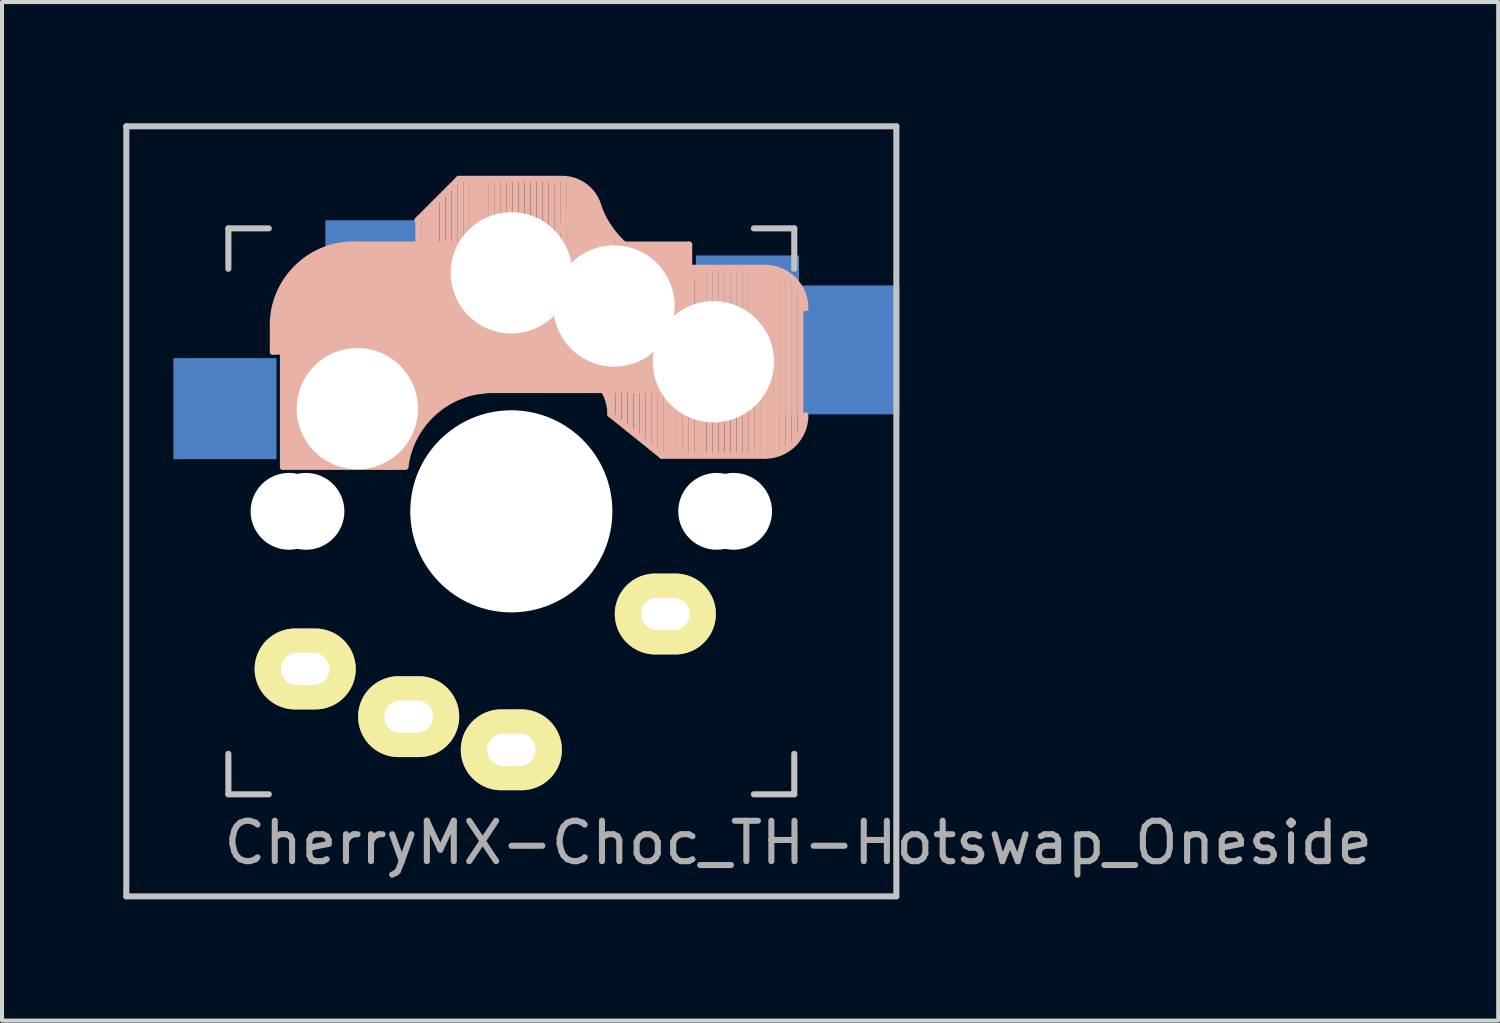
<source format=kicad_pcb>
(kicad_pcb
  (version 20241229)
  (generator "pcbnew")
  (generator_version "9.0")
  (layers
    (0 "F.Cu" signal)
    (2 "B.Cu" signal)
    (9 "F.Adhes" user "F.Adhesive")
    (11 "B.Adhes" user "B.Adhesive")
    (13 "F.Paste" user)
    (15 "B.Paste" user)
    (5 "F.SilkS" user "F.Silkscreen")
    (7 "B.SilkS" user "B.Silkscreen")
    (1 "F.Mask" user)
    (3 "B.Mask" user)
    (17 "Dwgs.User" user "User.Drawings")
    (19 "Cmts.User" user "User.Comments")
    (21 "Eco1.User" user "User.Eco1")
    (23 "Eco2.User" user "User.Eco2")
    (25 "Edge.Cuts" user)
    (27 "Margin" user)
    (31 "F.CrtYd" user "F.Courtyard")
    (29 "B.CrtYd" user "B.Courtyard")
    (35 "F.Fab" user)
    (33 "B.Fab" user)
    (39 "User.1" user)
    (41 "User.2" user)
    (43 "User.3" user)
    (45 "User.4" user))
  (footprint "CherryMX-Choc_TH-Hotswap_Oneside"
    (layer "F.Cu")
    (at 9.6 9.6)
    (property "Reference" "CherryMX-Choc_TH-Hotswap_Oneside" (at 7.1 8.2 0) (layer "F.Fab") (effects (font (size 1 1) (thickness 0.15))))
    (attr through_hole)
    (fp_line (start -5.9 -4.7) (end -5.9 -3.95) (stroke (width 0.15) (type solid)) (layer "B.SilkS"))
    (fp_line (start -5.9 -3.95) (end -5.7 -3.95) (stroke (width 0.15) (type solid)) (layer "B.SilkS"))
    (fp_line (start -5.8 -4.05) (end -5.8 -4.7) (stroke (width 0.3) (type solid)) (layer "B.SilkS"))
    (fp_line (start -5.65 -5.55) (end -5.65 -1.1) (stroke (width 0.15) (type solid)) (layer "B.SilkS"))
    (fp_line (start -5.65 -1.1) (end -2.62 -1.1) (stroke (width 0.15) (type solid)) (layer "B.SilkS"))
    (fp_line (start -5.45 -1.3) (end -3 -1.3) (stroke (width 0.5) (type solid)) (layer "B.SilkS"))
    (fp_line (start -5.3 -1.6) (end -5.3 -3.4) (stroke (width 0.8) (type solid)) (layer "B.SilkS"))
    (fp_line (start -4.17 -5.1) (end -4.17 -2.86) (stroke (width 3) (type solid)) (layer "B.SilkS"))
    (fp_line (start -2.3 -4.575) (end -2.3 -7.225) (stroke (width 0.15) (type solid)) (layer "B.SilkS"))
    (fp_line (start -2.15 -7.35) (end -2.15 -4.45) (stroke (width 0.15) (type solid)) (layer "B.SilkS"))
    (fp_line (start -2.05 -7.45) (end -2.05 -4.35) (stroke (width 0.15) (type solid)) (layer "B.SilkS"))
    (fp_line (start -1.95 -7.55) (end -1.95 -4.25) (stroke (width 0.15) (type solid)) (layer "B.SilkS"))
    (fp_line (start -1.85 -7.65) (end -1.85 -4.15) (stroke (width 0.15) (type solid)) (layer "B.SilkS"))
    (fp_line (start -1.7 -7.8) (end -1.7 -4) (stroke (width 0.15) (type solid)) (layer "B.SilkS"))
    (fp_line (start -1.55 -7.95) (end -1.55 -3.85) (stroke (width 0.15) (type solid)) (layer "B.SilkS"))
    (fp_line (start -1.4 -8.1) (end -1.4 -3.7) (stroke (width 0.15) (type solid)) (layer "B.SilkS"))
    (fp_line (start -1.3 -8.225) (end -2.325 -7.2) (stroke (width 0.15) (type solid)) (layer "B.SilkS"))
    (fp_line (start -1.3 -8.225) (end 1.3 -8.225) (stroke (width 0.15) (type solid)) (layer "B.SilkS"))
    (fp_line (start -1.3 -3.575) (end -2.325 -4.6) (stroke (width 0.15) (type solid)) (layer "B.SilkS"))
    (fp_line (start -1.3 -3.575) (end 1.275 -3.575) (stroke (width 0.15) (type solid)) (layer "B.SilkS"))
    (fp_line (start -1.25 -8.2) (end -1.25 -3.6) (stroke (width 0.15) (type solid)) (layer "B.SilkS"))
    (fp_line (start -1.1 -8.2) (end -1.1 -3.6) (stroke (width 0.15) (type solid)) (layer "B.SilkS"))
    (fp_line (start -0.95 -8.2) (end -0.95 -3.6) (stroke (width 0.15) (type solid)) (layer "B.SilkS"))
    (fp_line (start -0.9 -8.1) (end -0.9 -3.65) (stroke (width 0.12) (type solid)) (layer "B.SilkS"))
    (fp_line (start -0.9 -3.65) (end 1.8 -7.95) (stroke (width 0.12) (type solid)) (layer "B.SilkS"))
    (fp_line (start -0.8 -8.2) (end -0.8 -3.6) (stroke (width 0.15) (type solid)) (layer "B.SilkS"))
    (fp_line (start -0.65 -8.2) (end -0.65 -3.6) (stroke (width 0.15) (type solid)) (layer "B.SilkS"))
    (fp_line (start -0.5 -8.2) (end -0.5 -3.6) (stroke (width 0.15) (type solid)) (layer "B.SilkS"))
    (fp_line (start -0.4 -3) (end 4.4 -3) (stroke (width 0.15) (type solid)) (layer "B.SilkS"))
    (fp_line (start -0.35 -8.2) (end -0.35 -3.6) (stroke (width 0.15) (type solid)) (layer "B.SilkS"))
    (fp_line (start -0.2 -8.2) (end -0.2 -3.6) (stroke (width 0.15) (type solid)) (layer "B.SilkS"))
    (fp_line (start -0.05 -8.2) (end -0.05 -3.6) (stroke (width 0.15) (type solid)) (layer "B.SilkS"))
    (fp_line (start 0.1 -8.2) (end 0.1 -3.6) (stroke (width 0.15) (type solid)) (layer "B.SilkS"))
    (fp_line (start 0.25 -8.2) (end 0.25 -3.6) (stroke (width 0.15) (type solid)) (layer "B.SilkS"))
    (fp_line (start 0.4 -8.2) (end 0.4 -3.6) (stroke (width 0.15) (type solid)) (layer "B.SilkS"))
    (fp_line (start 0.55 -8.2) (end 0.55 -3.6) (stroke (width 0.15) (type solid)) (layer "B.SilkS"))
    (fp_line (start 0.7 -8.2) (end 0.7 -3.6) (stroke (width 0.15) (type solid)) (layer "B.SilkS"))
    (fp_line (start 0.85 -8.2) (end 0.85 -3.6) (stroke (width 0.15) (type solid)) (layer "B.SilkS"))
    (fp_line (start 1 -8.2) (end 1 -3.6) (stroke (width 0.15) (type solid)) (layer "B.SilkS"))
    (fp_line (start 1.15 -8.2) (end 1.15 -3.65) (stroke (width 0.15) (type solid)) (layer "B.SilkS"))
    (fp_line (start 1.3 -8.2) (end 1.3 -3.6) (stroke (width 0.15) (type solid)) (layer "B.SilkS"))
    (fp_line (start 1.45 -8.2) (end 1.45 -3.6) (stroke (width 0.15) (type solid)) (layer "B.SilkS"))
    (fp_line (start 1.6 -8.15) (end 1.6 -3.6) (stroke (width 0.15) (type solid)) (layer "B.SilkS"))
    (fp_line (start 1.75 -8.05) (end 1.75 -3.5) (stroke (width 0.15) (type solid)) (layer "B.SilkS"))
    (fp_line (start 1.8 -7.95) (end 1.8 -3.6) (stroke (width 0.12) (type solid)) (layer "B.SilkS"))
    (fp_line (start 1.8 -3.6) (end 4.65 -5.9) (stroke (width 0.12) (type solid)) (layer "B.SilkS"))
    (fp_line (start 1.9 -7.95) (end 1.9 -3.45) (stroke (width 0.15) (type solid)) (layer "B.SilkS"))
    (fp_line (start 2 -7.8) (end 2 -3.4) (stroke (width 0.15) (type solid)) (layer "B.SilkS"))
    (fp_line (start 2.1 -7.55) (end 2.1 -3.35) (stroke (width 0.15) (type solid)) (layer "B.SilkS"))
    (fp_line (start 2.2 -7.4) (end 2.2 -3.25) (stroke (width 0.15) (type solid)) (layer "B.SilkS"))
    (fp_line (start 2.3 -7.2) (end 2.3 -3.05) (stroke (width 0.15) (type solid)) (layer "B.SilkS"))
    (fp_line (start 2.4 -7.05) (end 2.4 -2.9) (stroke (width 0.15) (type solid)) (layer "B.SilkS"))
    (fp_line (start 2.5 -6.85) (end 2.5 -2.4) (stroke (width 0.15) (type solid)) (layer "B.SilkS"))
    (fp_line (start 2.6 -4.8) (end -4.1 -4.8) (stroke (width 3.5) (type solid)) (layer "B.SilkS"))
    (fp_line (start 2.65 -6.7) (end 2.65 -2.25) (stroke (width 0.15) (type solid)) (layer "B.SilkS"))
    (fp_line (start 2.8 -6.55) (end 2.8 -2.15) (stroke (width 0.15) (type solid)) (layer "B.SilkS"))
    (fp_line (start 2.95 -6.45) (end 2.95 -2.05) (stroke (width 0.15) (type solid)) (layer "B.SilkS"))
    (fp_line (start 3.1 -6.35) (end 3.1 -1.9) (stroke (width 0.15) (type solid)) (layer "B.SilkS"))
    (fp_line (start 3.25 -6.25) (end 3.25 -1.8) (stroke (width 0.15) (type solid)) (layer "B.SilkS"))
    (fp_line (start 3.4 -6.2) (end 3.4 -1.65) (stroke (width 0.15) (type solid)) (layer "B.SilkS"))
    (fp_line (start 3.55 -6.1) (end 3.55 -1.55) (stroke (width 0.15) (type solid)) (layer "B.SilkS"))
    (fp_line (start 3.7 -6.05) (end 3.7 -1.45) (stroke (width 0.15) (type solid)) (layer "B.SilkS"))
    (fp_line (start 3.725 -1.375) (end 2.45 -2.4) (stroke (width 0.15) (type solid)) (layer "B.SilkS"))
    (fp_line (start 3.725 -1.375) (end 6.275 -1.375) (stroke (width 0.15) (type solid)) (layer "B.SilkS"))
    (fp_line (start 3.85 -6.05) (end 3.85 -1.4) (stroke (width 0.15) (type solid)) (layer "B.SilkS"))
    (fp_line (start 3.9 -6) (end 3.9 -3.5) (stroke (width 1) (type solid)) (layer "B.SilkS"))
    (fp_line (start 4 -6.05) (end 4 -1.4) (stroke (width 0.15) (type solid)) (layer "B.SilkS"))
    (fp_line (start 4.15 -6) (end 4.15 -1.45) (stroke (width 0.15) (type solid)) (layer "B.SilkS"))
    (fp_line (start 4.2 -3.25) (end 2.9 -3.3) (stroke (width 0.5) (type solid)) (layer "B.SilkS"))
    (fp_line (start 4.25 -6.4) (end 3 -6.4) (stroke (width 0.4) (type solid)) (layer "B.SilkS"))
    (fp_line (start 4.3 -6.025) (end 6.275 -6.025) (stroke (width 0.15) (type solid)) (layer "B.SilkS"))
    (fp_line (start 4.3 -6) (end 4.3 -1.4) (stroke (width 0.15) (type solid)) (layer "B.SilkS"))
    (fp_line (start 4.38 -4) (end 4.38 -6.25) (stroke (width 0.15) (type solid)) (layer "B.SilkS"))
    (fp_line (start 4.4 -6.6) (end -3.8 -6.6) (stroke (width 0.15) (type solid)) (layer "B.SilkS"))
    (fp_line (start 4.4 -3) (end 4.4 -6.6) (stroke (width 0.15) (type solid)) (layer "B.SilkS"))
    (fp_line (start 4.45 -6) (end 4.45 -1.4) (stroke (width 0.15) (type solid)) (layer "B.SilkS"))
    (fp_line (start 4.6 -6) (end 4.6 -1.4) (stroke (width 0.15) (type solid)) (layer "B.SilkS"))
    (fp_line (start 4.65 -5.9) (end 4.65 -1.4) (stroke (width 0.12) (type solid)) (layer "B.SilkS"))
    (fp_line (start 4.75 -6) (end 4.75 -1.4) (stroke (width 0.15) (type solid)) (layer "B.SilkS"))
    (fp_line (start 4.9 -6) (end 4.9 -1.4) (stroke (width 0.15) (type solid)) (layer "B.SilkS"))
    (fp_line (start 5.05 -6) (end 5.05 -1.4) (stroke (width 0.15) (type solid)) (layer "B.SilkS"))
    (fp_line (start 5.2 -6) (end 5.2 -1.4) (stroke (width 0.15) (type solid)) (layer "B.SilkS"))
    (fp_line (start 5.35 -6) (end 5.35 -1.4) (stroke (width 0.15) (type solid)) (layer "B.SilkS"))
    (fp_line (start 5.5 -6) (end 5.5 -1.4) (stroke (width 0.15) (type solid)) (layer "B.SilkS"))
    (fp_line (start 5.65 -6) (end 5.65 -1.4) (stroke (width 0.15) (type solid)) (layer "B.SilkS"))
    (fp_line (start 5.8 -6) (end 5.8 -1.4) (stroke (width 0.15) (type solid)) (layer "B.SilkS"))
    (fp_line (start 5.95 -6) (end 5.95 -1.4) (stroke (width 0.15) (type solid)) (layer "B.SilkS"))
    (fp_line (start 6.1 -6) (end 6.1 -1.4) (stroke (width 0.15) (type solid)) (layer "B.SilkS"))
    (fp_line (start 6.25 -6) (end 6.25 -1.4) (stroke (width 0.15) (type solid)) (layer "B.SilkS"))
    (fp_line (start 6.4 -6) (end 6.4 -1.45) (stroke (width 0.15) (type solid)) (layer "B.SilkS"))
    (fp_line (start 6.55 -5.95) (end 6.55 -1.45) (stroke (width 0.15) (type solid)) (layer "B.SilkS"))
    (fp_line (start 6.7 -5.9) (end 6.7 -1.5) (stroke (width 0.15) (type solid)) (layer "B.SilkS"))
    (fp_line (start 6.85 -5.8) (end 6.85 -1.6) (stroke (width 0.15) (type solid)) (layer "B.SilkS"))
    (fp_line (start 7 -5.7) (end 7 -1.7) (stroke (width 0.15) (type solid)) (layer "B.SilkS"))
    (fp_line (start 7.15 -5.5) (end 7.15 -1.9) (stroke (width 0.15) (type solid)) (layer "B.SilkS"))
    (fp_arc (start -5.9 -4.699999) (mid -5.243504 -6.084924) (end -3.800001 -6.6) (stroke (width 0.15) (type solid)) (layer "B.SilkS"))
    (fp_arc (start -3.016318 -1.521471) (mid -2.268709 -2.886118) (end -0.8 -3.4) (stroke (width 1) (type solid)) (layer "B.SilkS"))
    (fp_arc (start -2.616318 -1.121471) (mid -1.868709 -2.486118) (end -0.4 -3) (stroke (width 0.15) (type solid)) (layer "B.SilkS"))
    (fp_arc (start 1.275 -3.575) (mid 2.10585 -3.23085) (end 2.45 -2.4) (stroke (width 0.15) (type solid)) (layer "B.SilkS"))
    (fp_arc (start 1.300995 -8.223791) (mid 1.848284 -8.016021) (end 2.162199 -7.521904) (stroke (width 0.15) (type solid)) (layer "B.SilkS"))
    (fp_arc (start 4.3 -6.025) (mid 2.995114 -6.436429) (end 2.162199 -7.521904) (stroke (width 0.15) (type solid)) (layer "B.SilkS"))
    (fp_arc (start 6.275 -6.025) (mid 6.982107 -5.732107) (end 7.275 -5.025) (stroke (width 0.15) (type solid)) (layer "B.SilkS"))
    (fp_arc (start 7.275 -2.375) (mid 6.982107 -1.667893) (end 6.275 -1.375) (stroke (width 0.15) (type solid)) (layer "B.SilkS"))
    (fp_line (start -9.525 -9.525) (end 9.525 -9.525) (stroke (width 0.15) (type solid)) (layer "Dwgs.User"))
    (fp_line (start -9.525 9.525) (end -9.525 -9.525) (stroke (width 0.15) (type solid)) (layer "Dwgs.User"))
    (fp_line (start -7 -7) (end -7 -6) (stroke (width 0.15) (type solid)) (layer "Dwgs.User"))
    (fp_line (start -7 6) (end -7 7) (stroke (width 0.15) (type solid)) (layer "Dwgs.User"))
    (fp_line (start -7 7) (end -6 7) (stroke (width 0.15) (type solid)) (layer "Dwgs.User"))
    (fp_line (start -6 -7) (end -7 -7) (stroke (width 0.15) (type solid)) (layer "Dwgs.User"))
    (fp_line (start 6 -7) (end 7 -7) (stroke (width 0.15) (type solid)) (layer "Dwgs.User"))
    (fp_line (start 7 -7) (end 7 -6) (stroke (width 0.15) (type solid)) (layer "Dwgs.User"))
    (fp_line (start 7 6) (end 7 7) (stroke (width 0.15) (type solid)) (layer "Dwgs.User"))
    (fp_line (start 7 7) (end 6 7) (stroke (width 0.15) (type solid)) (layer "Dwgs.User"))
    (fp_line (start 9.525 -9.525) (end 9.525 9.525) (stroke (width 0.15) (type solid)) (layer "Dwgs.User"))
    (fp_line (start 9.525 9.525) (end -9.525 9.525) (stroke (width 0.15) (type solid)) (layer "Dwgs.User"))
    (pad "" np_thru_hole circle (at -5.5 0 270) (size 1.9 1.9) (drill 1.9) (layers "*.Cu"))
    (pad "" np_thru_hole circle (at -5.08 0) (size 1.9 1.9) (drill 1.9) (layers "*.Cu" "*.Mask"))
    (pad "" np_thru_hole circle (at -3.81 -2.54) (size 3 3) (drill 3) (layers "*.Cu" "*.Mask"))
    (pad "" np_thru_hole circle (at 0 -5.9 270) (size 3 3) (drill 3) (layers "*.Cu" "*.Mask"))
    (pad "" np_thru_hole circle (at 0 0 270) (size 4 4) (drill 4) (layers "*.Cu" "*.Mask"))
    (pad "" np_thru_hole circle (at 0 0 90) (size 4.1 4.1) (drill 4.1) (layers "*.Cu" "*.Mask"))
    (pad "" np_thru_hole circle (at 0 0 270) (size 5 5) (drill 5) (layers "*.Cu"))
    (pad "" np_thru_hole circle (at 2.54 -5.08) (size 3 3) (drill 3) (layers "*.Cu" "*.Mask"))
    (pad "" np_thru_hole circle (at 5 -3.7 270) (size 3 3) (drill 3) (layers "*.Cu" "*.Mask"))
    (pad "" np_thru_hole circle (at 5.08 0) (size 1.9 1.9) (drill 1.9) (layers "*.Cu" "*.Mask"))
    (pad "" np_thru_hole circle (at 5.5 0 270) (size 1.9 1.9) (drill 1.9) (layers "*.Cu"))
    (pad "1" smd rect (at -7.085 -2.54 180) (size 2.55 2.5) (layers "B.Cu" "B.Mask" "B.Paste"))
    (pad "1" thru_hole oval (at -5.1 3.9) (size 2.5 2) (drill oval 1.2 0.8) (layers "*.Cu" "B.Mask" "F.SilkS"))
    (pad "1" smd rect (at -3.3 -5.9) (size 2.6 2.6) (layers "B.Cu" "B.Mask" "B.Paste"))
    (pad "1" thru_hole oval (at 3.81 2.54 180) (size 2.5 2) (drill oval 1.2 0.8) (layers "*.Cu" "B.Mask" "F.SilkS"))
    (pad "2" thru_hole oval (at -2.54 5.08 180) (size 2.5 2) (drill oval 1.2 0.8) (layers "*.Cu" "B.Mask" "F.SilkS"))
    (pad "2" thru_hole oval (at 0 5.9) (size 2.5 2) (drill oval 1.2 0.8) (layers "*.Cu" "B.Mask" "F.SilkS"))
    (pad "2" smd rect (at 5.842 -5.08 180) (size 2.55 2.5) (layers "B.Cu" "B.Mask" "B.Paste"))
    (pad "2" smd rect (at 8.051 -3.994) (size 3.098 3.188) (layers "B.Cu" "B.Mask" "B.Paste")))
  (gr_rect
    (start -3 -3)
    (end 34.015 22.2)
    (stroke (width 0.1) (type default))
    (fill no)
    (layer "Edge.Cuts")))
</source>
